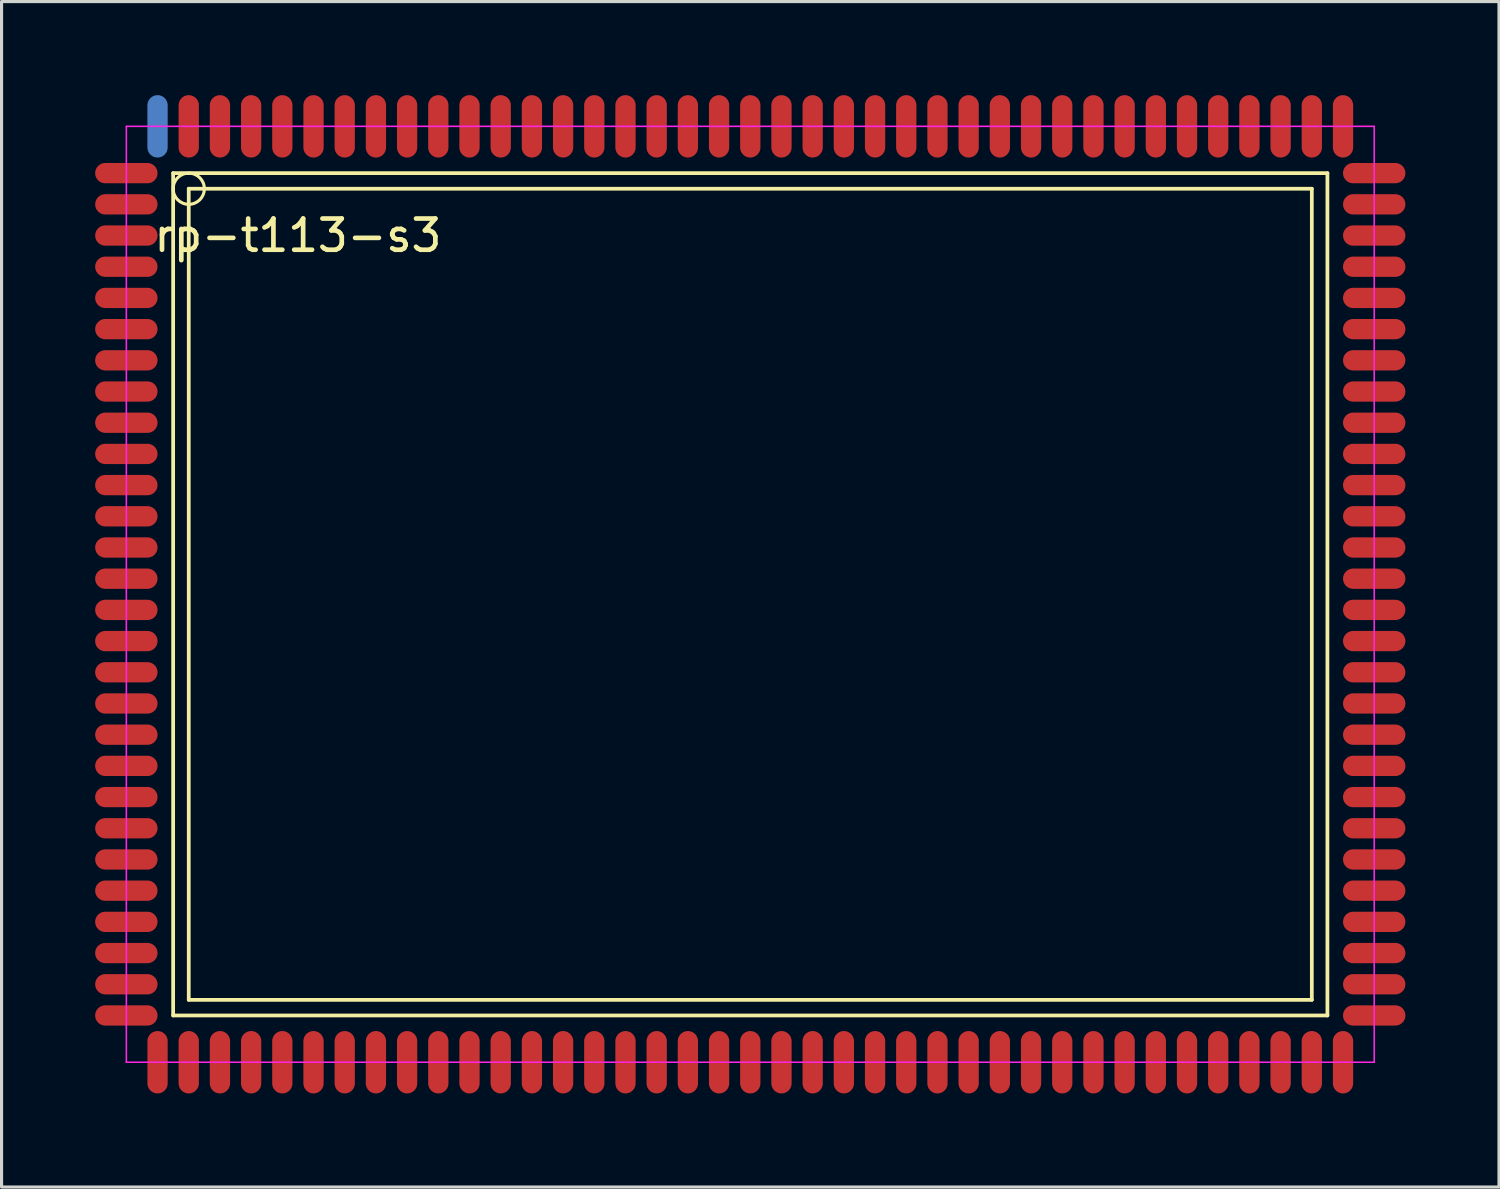
<source format=kicad_pcb>
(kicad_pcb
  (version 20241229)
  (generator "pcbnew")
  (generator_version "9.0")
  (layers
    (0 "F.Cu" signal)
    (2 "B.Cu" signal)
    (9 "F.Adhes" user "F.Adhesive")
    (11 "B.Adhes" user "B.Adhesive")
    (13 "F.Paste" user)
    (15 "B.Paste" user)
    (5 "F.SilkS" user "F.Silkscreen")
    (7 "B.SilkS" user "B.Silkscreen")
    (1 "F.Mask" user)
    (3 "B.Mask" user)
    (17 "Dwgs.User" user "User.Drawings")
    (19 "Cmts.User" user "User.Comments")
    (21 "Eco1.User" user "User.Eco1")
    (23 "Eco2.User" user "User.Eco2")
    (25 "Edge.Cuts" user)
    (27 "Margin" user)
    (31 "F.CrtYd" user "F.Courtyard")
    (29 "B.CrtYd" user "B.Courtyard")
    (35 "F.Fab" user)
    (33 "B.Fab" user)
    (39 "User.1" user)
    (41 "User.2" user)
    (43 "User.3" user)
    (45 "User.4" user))
  (footprint "rp-t113-s3"
    (layer "F.Cu")
    (at 2 1)
    (property "Reference" "rp-t113-s3" (at 4.5 3.5 0) (layer "F.SilkS") (effects (font (size 1 1) (thickness 0.15))))
    (attr through_hole)
    (fp_line (start 0.5 1.5) (end 0.5 28.5) (stroke (width 0.12) (type solid)) (layer "F.SilkS"))
    (fp_line (start 0.5 28.5) (end 37.5 28.5) (stroke (width 0.12) (type solid)) (layer "F.SilkS"))
    (fp_line (start 1 2) (end 1 28) (stroke (width 0.12) (type solid)) (layer "F.SilkS"))
    (fp_line (start 1 28) (end 37 28) (stroke (width 0.12) (type solid)) (layer "F.SilkS"))
    (fp_line (start 37 2) (end 1 2) (stroke (width 0.12) (type solid)) (layer "F.SilkS"))
    (fp_line (start 37 28) (end 37 2) (stroke (width 0.12) (type solid)) (layer "F.SilkS"))
    (fp_line (start 37.5 1.5) (end 0.5 1.5) (stroke (width 0.12) (type solid)) (layer "F.SilkS"))
    (fp_line (start 37.5 28.5) (end 37.5 1.5) (stroke (width 0.12) (type solid)) (layer "F.SilkS"))
    (fp_circle (center 1 2) (end 1.5 2) (stroke (width 0.1) (type default)) (fill no) (layer "F.SilkS"))
    (fp_line (start -1 0) (end -1 30) (stroke (width 0.05) (type solid)) (layer "F.CrtYd"))
    (fp_line (start -1 30) (end 39 30) (stroke (width 0.05) (type solid)) (layer "F.CrtYd"))
    (fp_line (start 39 0) (end -1 0) (stroke (width 0.05) (type solid)) (layer "F.CrtYd"))
    (fp_line (start 39 30) (end 39 0) (stroke (width 0.05) (type solid)) (layer "F.CrtYd"))
    (pad "1" smd oval (at -1 1.5 270) (size 0.65 2) (layers "F.Cu" "F.Mask" "F.Paste"))
    (pad "2" smd oval (at -1 2.5 270) (size 0.65 2) (layers "F.Cu" "F.Mask" "F.Paste"))
    (pad "3" smd oval (at -1 3.5 270) (size 0.65 2) (layers "F.Cu" "F.Mask" "F.Paste"))
    (pad "4" smd oval (at -1 4.5 270) (size 0.65 2) (layers "F.Cu" "F.Mask" "F.Paste"))
    (pad "5" smd oval (at -1 5.5 270) (size 0.65 2) (layers "F.Cu" "F.Mask" "F.Paste"))
    (pad "6" smd oval (at -1 6.5 270) (size 0.65 2) (layers "F.Cu" "F.Mask" "F.Paste"))
    (pad "7" smd oval (at -1 7.5 270) (size 0.65 2) (layers "F.Cu" "F.Mask" "F.Paste"))
    (pad "8" smd oval (at -1 8.5 270) (size 0.65 2) (layers "F.Cu" "F.Mask" "F.Paste"))
    (pad "9" smd oval (at -1 9.5 270) (size 0.65 2) (layers "F.Cu" "F.Mask" "F.Paste"))
    (pad "10" smd oval (at -1 10.5 270) (size 0.65 2) (layers "F.Cu" "F.Mask" "F.Paste"))
    (pad "11" smd oval (at -1 11.5 270) (size 0.65 2) (layers "F.Cu" "F.Mask" "F.Paste"))
    (pad "12" smd oval (at -1 12.5 270) (size 0.65 2) (layers "F.Cu" "F.Mask" "F.Paste"))
    (pad "13" smd oval (at -1 13.5 270) (size 0.65 2) (layers "F.Cu" "F.Mask" "F.Paste"))
    (pad "14" smd oval (at -1 14.5 270) (size 0.65 2) (layers "F.Cu" "F.Mask" "F.Paste"))
    (pad "15" smd oval (at -1 15.5 270) (size 0.65 2) (layers "F.Cu" "F.Mask" "F.Paste"))
    (pad "16" smd oval (at -1 16.5 270) (size 0.65 2) (layers "F.Cu" "F.Mask" "F.Paste"))
    (pad "17" smd oval (at -1 17.5 270) (size 0.65 2) (layers "F.Cu" "F.Mask" "F.Paste"))
    (pad "18" smd oval (at -1 18.5 270) (size 0.65 2) (layers "F.Cu" "F.Mask" "F.Paste"))
    (pad "19" smd oval (at -1 19.5 270) (size 0.65 2) (layers "F.Cu" "F.Mask" "F.Paste"))
    (pad "20" smd oval (at -1 20.5 270) (size 0.65 2) (layers "F.Cu" "F.Mask" "F.Paste"))
    (pad "21" smd oval (at -1 21.5 270) (size 0.65 2) (layers "F.Cu" "F.Mask" "F.Paste"))
    (pad "22" smd oval (at -1 22.5 270) (size 0.65 2) (layers "F.Cu" "F.Mask" "F.Paste"))
    (pad "23" smd oval (at -1 23.5 270) (size 0.65 2) (layers "F.Cu" "F.Mask" "F.Paste"))
    (pad "24" smd oval (at -1 24.5 270) (size 0.65 2) (layers "F.Cu" "F.Mask" "F.Paste"))
    (pad "25" smd oval (at -1 25.5 270) (size 0.65 2) (layers "F.Cu" "F.Mask" "F.Paste"))
    (pad "26" smd oval (at -1 26.5 270) (size 0.65 2) (layers "F.Cu" "F.Mask" "F.Paste"))
    (pad "27" smd oval (at -1 27.5 270) (size 0.65 2) (layers "F.Cu" "F.Mask" "F.Paste"))
    (pad "28" smd oval (at -1 28.5 270) (size 0.65 2) (layers "F.Cu" "F.Mask" "F.Paste"))
    (pad "29" smd oval (at 0 30) (size 0.65 2) (layers "F.Cu" "F.Mask" "F.Paste"))
    (pad "30" smd oval (at 1 30) (size 0.65 2) (layers "F.Cu" "F.Mask" "F.Paste"))
    (pad "31" smd oval (at 2 30) (size 0.65 2) (layers "F.Cu" "F.Mask" "F.Paste"))
    (pad "32" smd oval (at 3 30) (size 0.65 2) (layers "F.Cu" "F.Mask" "F.Paste"))
    (pad "33" smd oval (at 4 30) (size 0.65 2) (layers "F.Cu" "F.Mask" "F.Paste"))
    (pad "34" smd oval (at 5 30) (size 0.65 2) (layers "F.Cu" "F.Mask" "F.Paste"))
    (pad "35" smd oval (at 6 30) (size 0.65 2) (layers "F.Cu" "F.Mask" "F.Paste"))
    (pad "36" smd oval (at 7 30) (size 0.65 2) (layers "F.Cu" "F.Mask" "F.Paste"))
    (pad "37" smd oval (at 8 30) (size 0.65 2) (layers "F.Cu" "F.Mask" "F.Paste"))
    (pad "38" smd oval (at 9 30) (size 0.65 2) (layers "F.Cu" "F.Mask" "F.Paste"))
    (pad "39" smd oval (at 10 30) (size 0.65 2) (layers "F.Cu" "F.Mask" "F.Paste"))
    (pad "40" smd oval (at 11 30) (size 0.65 2) (layers "F.Cu" "F.Mask" "F.Paste"))
    (pad "41" smd oval (at 12 30) (size 0.65 2) (layers "F.Cu" "F.Mask" "F.Paste"))
    (pad "42" smd oval (at 13 30) (size 0.65 2) (layers "F.Cu" "F.Mask" "F.Paste"))
    (pad "43" smd oval (at 14 30) (size 0.65 2) (layers "F.Cu" "F.Mask" "F.Paste"))
    (pad "44" smd oval (at 15 30) (size 0.65 2) (layers "F.Cu" "F.Mask" "F.Paste"))
    (pad "45" smd oval (at 16 30) (size 0.65 2) (layers "F.Cu" "F.Mask" "F.Paste"))
    (pad "46" smd oval (at 17 30) (size 0.65 2) (layers "F.Cu" "F.Mask" "F.Paste"))
    (pad "47" smd oval (at 18 30) (size 0.65 2) (layers "F.Cu" "F.Mask" "F.Paste"))
    (pad "48" smd oval (at 19 30) (size 0.65 2) (layers "F.Cu" "F.Mask" "F.Paste"))
    (pad "49" smd oval (at 20 30) (size 0.65 2) (layers "F.Cu" "F.Mask" "F.Paste"))
    (pad "50" smd oval (at 21 30) (size 0.65 2) (layers "F.Cu" "F.Mask" "F.Paste"))
    (pad "51" smd oval (at 22 30) (size 0.65 2) (layers "F.Cu" "F.Mask" "F.Paste"))
    (pad "52" smd oval (at 23 30) (size 0.65 2) (layers "F.Cu" "F.Mask" "F.Paste"))
    (pad "53" smd oval (at 24 30) (size 0.65 2) (layers "F.Cu" "F.Mask" "F.Paste"))
    (pad "54" smd oval (at 25 30) (size 0.65 2) (layers "F.Cu" "F.Mask" "F.Paste"))
    (pad "55" smd oval (at 26 30) (size 0.65 2) (layers "F.Cu" "F.Mask" "F.Paste"))
    (pad "56" smd oval (at 27 30) (size 0.65 2) (layers "F.Cu" "F.Mask" "F.Paste"))
    (pad "57" smd oval (at 28 30) (size 0.65 2) (layers "F.Cu" "F.Mask" "F.Paste"))
    (pad "58" smd oval (at 29 30) (size 0.65 2) (layers "F.Cu" "F.Mask" "F.Paste"))
    (pad "59" smd oval (at 30 30) (size 0.65 2) (layers "F.Cu" "F.Mask" "F.Paste"))
    (pad "60" smd oval (at 31 30) (size 0.65 2) (layers "F.Cu" "F.Mask" "F.Paste"))
    (pad "61" smd oval (at 32 30) (size 0.65 2) (layers "F.Cu" "F.Mask" "F.Paste"))
    (pad "62" smd oval (at 33 30) (size 0.65 2) (layers "F.Cu" "F.Mask" "F.Paste"))
    (pad "63" smd oval (at 34 30) (size 0.65 2) (layers "F.Cu" "F.Mask" "F.Paste"))
    (pad "64" smd oval (at 35 30) (size 0.65 2) (layers "F.Cu" "F.Mask" "F.Paste"))
    (pad "65" smd oval (at 36 30) (size 0.65 2) (layers "F.Cu" "F.Mask" "F.Paste"))
    (pad "66" smd oval (at 37 30) (size 0.65 2) (layers "F.Cu" "F.Mask" "F.Paste"))
    (pad "67" smd oval (at 38 30) (size 0.65 2) (layers "F.Cu" "F.Mask" "F.Paste"))
    (pad "68" smd oval (at 39 28.5 270) (size 0.65 2) (layers "F.Cu" "F.Mask" "F.Paste"))
    (pad "69" smd oval (at 39 27.5 270) (size 0.65 2) (layers "F.Cu" "F.Mask" "F.Paste"))
    (pad "70" smd oval (at 39 26.5 270) (size 0.65 2) (layers "F.Cu" "F.Mask" "F.Paste"))
    (pad "71" smd oval (at 39 25.5 270) (size 0.65 2) (layers "F.Cu" "F.Mask" "F.Paste"))
    (pad "72" smd oval (at 39 24.5 270) (size 0.65 2) (layers "F.Cu" "F.Mask" "F.Paste"))
    (pad "73" smd oval (at 39 23.5 270) (size 0.65 2) (layers "F.Cu" "F.Mask" "F.Paste"))
    (pad "74" smd oval (at 39 22.5 270) (size 0.65 2) (layers "F.Cu" "F.Mask" "F.Paste"))
    (pad "75" smd oval (at 39 21.5 270) (size 0.65 2) (layers "F.Cu" "F.Mask" "F.Paste"))
    (pad "76" smd oval (at 39 20.5 270) (size 0.65 2) (layers "F.Cu" "F.Mask" "F.Paste"))
    (pad "77" smd oval (at 39 19.5 270) (size 0.65 2) (layers "F.Cu" "F.Mask" "F.Paste"))
    (pad "78" smd oval (at 39 18.5 270) (size 0.65 2) (layers "F.Cu" "F.Mask" "F.Paste"))
    (pad "79" smd oval (at 39 17.5 270) (size 0.65 2) (layers "F.Cu" "F.Mask" "F.Paste"))
    (pad "80" smd oval (at 39 16.5 270) (size 0.65 2) (layers "F.Cu" "F.Mask" "F.Paste"))
    (pad "81" smd oval (at 39 15.5 270) (size 0.65 2) (layers "F.Cu" "F.Mask" "F.Paste"))
    (pad "82" smd oval (at 39 14.5 270) (size 0.65 2) (layers "F.Cu" "F.Mask" "F.Paste"))
    (pad "83" smd oval (at 39 13.5 270) (size 0.65 2) (layers "F.Cu" "F.Mask" "F.Paste"))
    (pad "84" smd oval (at 39 12.5 270) (size 0.65 2) (layers "F.Cu" "F.Mask" "F.Paste"))
    (pad "85" smd oval (at 39 11.5 270) (size 0.65 2) (layers "F.Cu" "F.Mask" "F.Paste"))
    (pad "86" smd oval (at 39 10.5 270) (size 0.65 2) (layers "F.Cu" "F.Mask" "F.Paste"))
    (pad "87" smd oval (at 39 9.5 270) (size 0.65 2) (layers "F.Cu" "F.Mask" "F.Paste"))
    (pad "88" smd oval (at 39 8.5 270) (size 0.65 2) (layers "F.Cu" "F.Mask" "F.Paste"))
    (pad "89" smd oval (at 39 7.5 270) (size 0.65 2) (layers "F.Cu" "F.Mask" "F.Paste"))
    (pad "90" smd oval (at 39 6.5 270) (size 0.65 2) (layers "F.Cu" "F.Mask" "F.Paste"))
    (pad "91" smd oval (at 39 5.5 270) (size 0.65 2) (layers "F.Cu" "F.Mask" "F.Paste"))
    (pad "92" smd oval (at 39 4.5 270) (size 0.65 2) (layers "F.Cu" "F.Mask" "F.Paste"))
    (pad "93" smd oval (at 39 3.5 270) (size 0.65 2) (layers "F.Cu" "F.Mask" "F.Paste"))
    (pad "94" smd oval (at 39 2.5 270) (size 0.65 2) (layers "F.Cu" "F.Mask" "F.Paste"))
    (pad "95" smd oval (at 39 1.5 270) (size 0.65 2) (layers "F.Cu" "F.Mask" "F.Paste"))
    (pad "96" smd oval (at 38 0) (size 0.65 2) (layers "F.Cu" "F.Mask" "F.Paste"))
    (pad "97" smd oval (at 37 0) (size 0.65 2) (layers "F.Cu" "F.Mask" "F.Paste"))
    (pad "98" smd oval (at 36 0) (size 0.65 2) (layers "F.Cu" "F.Mask" "F.Paste"))
    (pad "99" smd oval (at 35 0) (size 0.65 2) (layers "F.Cu" "F.Mask" "F.Paste"))
    (pad "100" smd oval (at 34 0) (size 0.65 2) (layers "F.Cu" "F.Mask" "F.Paste"))
    (pad "101" smd oval (at 33 0) (size 0.65 2) (layers "F.Cu" "F.Mask" "F.Paste"))
    (pad "102" smd oval (at 32 0) (size 0.65 2) (layers "F.Cu" "F.Mask" "F.Paste"))
    (pad "103" smd oval (at 31 0) (size 0.65 2) (layers "F.Cu" "F.Mask" "F.Paste"))
    (pad "104" smd oval (at 30 0) (size 0.65 2) (layers "F.Cu" "F.Mask" "F.Paste"))
    (pad "105" smd oval (at 29 0) (size 0.65 2) (layers "F.Cu" "F.Mask" "F.Paste"))
    (pad "106" smd oval (at 28 0) (size 0.65 2) (layers "F.Cu" "F.Mask" "F.Paste"))
    (pad "107" smd oval (at 27 0) (size 0.65 2) (layers "F.Cu" "F.Mask" "F.Paste"))
    (pad "108" smd oval (at 26 0) (size 0.65 2) (layers "F.Cu" "F.Mask" "F.Paste"))
    (pad "109" smd oval (at 25 0) (size 0.65 2) (layers "F.Cu" "F.Mask" "F.Paste"))
    (pad "110" smd oval (at 24 0) (size 0.65 2) (layers "F.Cu" "F.Mask" "F.Paste"))
    (pad "111" smd oval (at 23 0) (size 0.65 2) (layers "F.Cu" "F.Mask" "F.Paste"))
    (pad "112" smd oval (at 22 0) (size 0.65 2) (layers "F.Cu" "F.Mask" "F.Paste"))
    (pad "113" smd oval (at 21 0) (size 0.65 2) (layers "F.Cu" "F.Mask" "F.Paste"))
    (pad "114" smd oval (at 20 0) (size 0.65 2) (layers "F.Cu" "F.Mask" "F.Paste"))
    (pad "115" smd oval (at 19 0) (size 0.65 2) (layers "F.Cu" "F.Mask" "F.Paste"))
    (pad "116" smd oval (at 18 0) (size 0.65 2) (layers "F.Cu" "F.Mask" "F.Paste"))
    (pad "117" smd oval (at 17 0) (size 0.65 2) (layers "F.Cu" "F.Mask" "F.Paste"))
    (pad "118" smd oval (at 16 0) (size 0.65 2) (layers "F.Cu" "F.Mask" "F.Paste"))
    (pad "119" smd oval (at 15 0) (size 0.65 2) (layers "F.Cu" "F.Mask" "F.Paste"))
    (pad "120" smd oval (at 14 0) (size 0.65 2) (layers "F.Cu" "F.Mask" "F.Paste"))
    (pad "121" smd oval (at 13 0) (size 0.65 2) (layers "F.Cu" "F.Mask" "F.Paste"))
    (pad "122" smd oval (at 12 0) (size 0.65 2) (layers "F.Cu" "F.Mask" "F.Paste"))
    (pad "123" smd oval (at 11 0) (size 0.65 2) (layers "F.Cu" "F.Mask" "F.Paste"))
    (pad "124" smd oval (at 10 0) (size 0.65 2) (layers "F.Cu" "F.Mask" "F.Paste"))
    (pad "125" smd oval (at 9 0) (size 0.65 2) (layers "F.Cu" "F.Mask" "F.Paste"))
    (pad "126" smd oval (at 8 0) (size 0.65 2) (layers "F.Cu" "F.Mask" "F.Paste"))
    (pad "127" smd oval (at 7 0) (size 0.65 2) (layers "F.Cu" "F.Mask" "F.Paste"))
    (pad "128" smd oval (at 6 0) (size 0.65 2) (layers "F.Cu" "F.Mask" "F.Paste"))
    (pad "129" smd oval (at 5 0) (size 0.65 2) (layers "F.Cu" "F.Mask" "F.Paste"))
    (pad "130" smd oval (at 4 0) (size 0.65 2) (layers "F.Cu" "F.Mask" "F.Paste"))
    (pad "131" smd oval (at 3 0) (size 0.65 2) (layers "F.Cu" "F.Mask" "F.Paste"))
    (pad "132" smd oval (at 2 0) (size 0.65 2) (layers "F.Cu" "F.Mask" "F.Paste"))
    (pad "133" smd oval (at 1 0) (size 0.65 2) (layers "F.Cu" "F.Mask" "F.Paste"))
    (pad "134" smd oval (at 0 0) (size 0.65 2) (layers "B.Cu" "B.Mask" "B.Paste")))
  (gr_rect
    (start -3 -3)
    (end 45 35)
    (stroke (width 0.1) (type default))
    (fill no)
    (layer "Edge.Cuts")))
</source>
